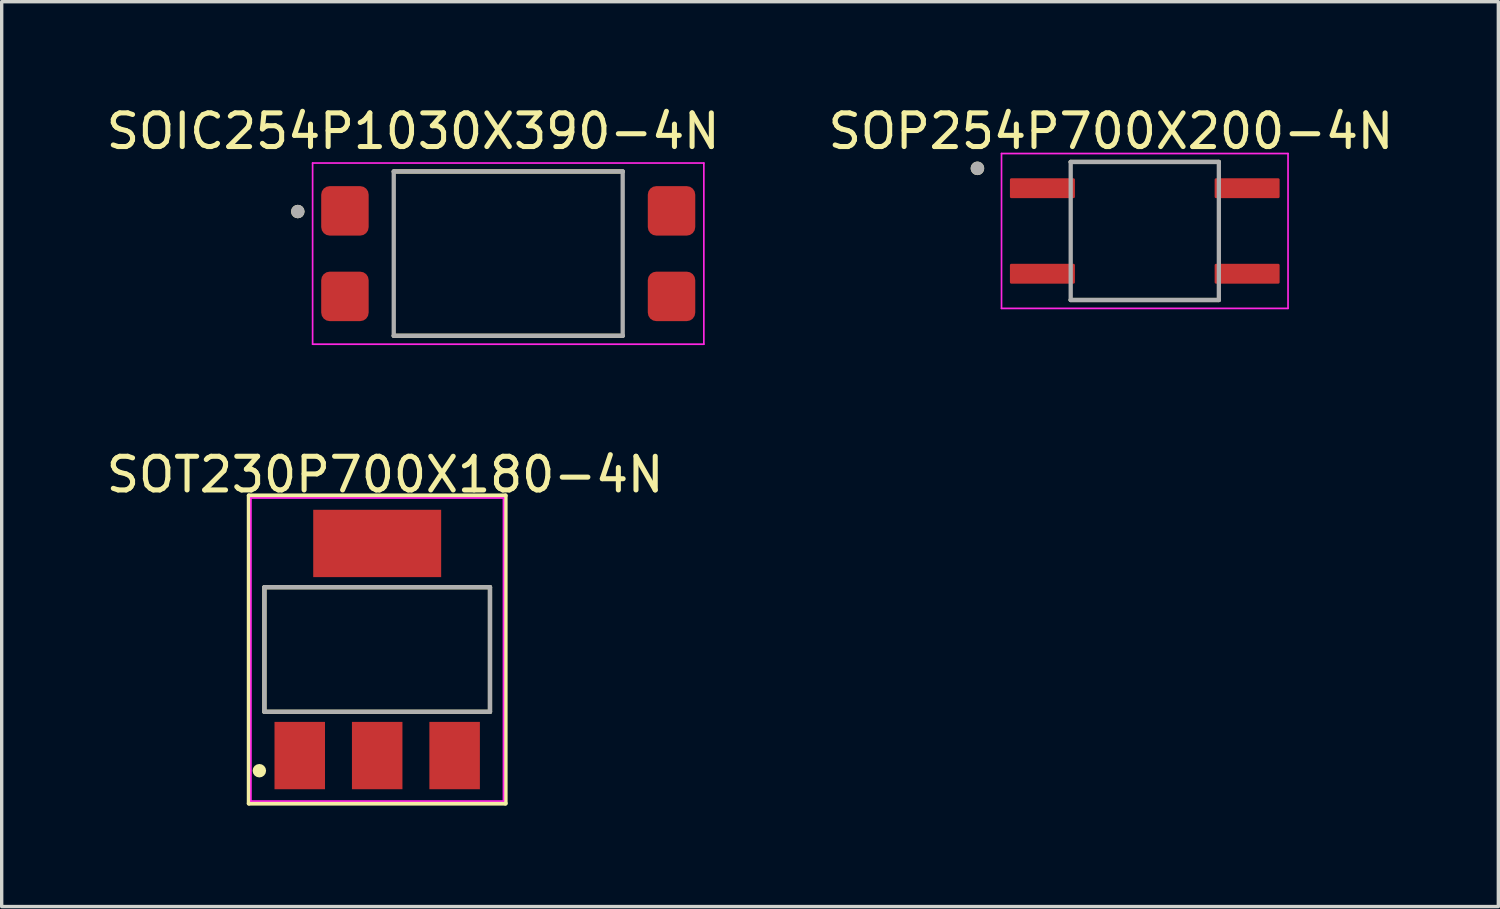
<source format=kicad_pcb>
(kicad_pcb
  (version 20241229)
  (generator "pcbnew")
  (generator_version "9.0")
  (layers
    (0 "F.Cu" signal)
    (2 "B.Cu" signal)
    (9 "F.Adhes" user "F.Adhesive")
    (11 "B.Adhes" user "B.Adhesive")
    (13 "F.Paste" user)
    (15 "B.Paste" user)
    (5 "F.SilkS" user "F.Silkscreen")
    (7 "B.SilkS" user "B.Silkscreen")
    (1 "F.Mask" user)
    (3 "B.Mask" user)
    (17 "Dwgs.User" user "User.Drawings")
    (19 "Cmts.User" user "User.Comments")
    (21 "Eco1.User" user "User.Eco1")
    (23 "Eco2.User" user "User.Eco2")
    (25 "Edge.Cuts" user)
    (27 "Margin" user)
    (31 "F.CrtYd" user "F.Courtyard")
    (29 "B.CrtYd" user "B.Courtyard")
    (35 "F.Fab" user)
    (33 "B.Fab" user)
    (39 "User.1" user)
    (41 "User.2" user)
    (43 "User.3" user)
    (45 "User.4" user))
  (footprint "SOP254P700X200-4N"
    (layer "F.Cu")
    (at 30.951 3.81)
    (property "Reference" "SOP254P700X200-4N" (at -1.005 -2.962 0) (layer "F.SilkS") (effects (font (size 1 1) (thickness 0.15))))
    (attr smd)
    (fp_line (start -2.2 -2.05) (end 2.2 -2.05) (stroke (width 0.127) (type solid)) (layer "F.SilkS"))
    (fp_line (start -2.2 2.05) (end 2.2 2.05) (stroke (width 0.127) (type solid)) (layer "F.SilkS"))
    (fp_circle (center -4.97 -1.86) (end -4.77 -1.86) (stroke (width 0) (type solid)) (fill yes) (layer "F.SilkS"))
    (fp_line (start -4.255 -2.3) (end -4.255 2.3) (stroke (width 0.05) (type solid)) (layer "F.CrtYd"))
    (fp_line (start -4.255 -2.3) (end 4.255 -2.3) (stroke (width 0.05) (type solid)) (layer "F.CrtYd"))
    (fp_line (start -4.255 2.3) (end 4.255 2.3) (stroke (width 0.05) (type solid)) (layer "F.CrtYd"))
    (fp_line (start 4.255 -2.3) (end 4.255 2.3) (stroke (width 0.05) (type solid)) (layer "F.CrtYd"))
    (fp_line (start -2.2 -2.05) (end -2.2 2.05) (stroke (width 0.127) (type solid)) (layer "F.Fab"))
    (fp_line (start -2.2 -2.05) (end 2.2 -2.05) (stroke (width 0.127) (type solid)) (layer "F.Fab"))
    (fp_line (start -2.2 2.05) (end 2.2 2.05) (stroke (width 0.127) (type solid)) (layer "F.Fab"))
    (fp_line (start 2.2 -2.05) (end 2.2 2.05) (stroke (width 0.127) (type solid)) (layer "F.Fab"))
    (fp_circle (center -4.97 -1.86) (end -4.77 -1.86) (stroke (width 0) (type solid)) (fill yes) (layer "F.Fab"))
    (pad "1" smd roundrect (at -3.04 -1.27) (size 1.93 0.59) (layers "F.Cu" "F.Mask" "F.Paste") (roundrect_rratio 0.07))
    (pad "2" smd roundrect (at -3.04 1.27) (size 1.93 0.59) (layers "F.Cu" "F.Mask" "F.Paste") (roundrect_rratio 0.07))
    (pad "3" smd roundrect (at 3.04 1.27) (size 1.93 0.59) (layers "F.Cu" "F.Mask" "F.Paste") (roundrect_rratio 0.07))
    (pad "4" smd roundrect (at 3.04 -1.27) (size 1.93 0.59) (layers "F.Cu" "F.Mask" "F.Paste") (roundrect_rratio 0.07)))
  (footprint "SOT230P700X180-4N"
    (layer "F.Cu")
    (at 8.153 16.241)
    (property "Reference" "SOT230P700X180-4N" (at 0.234 -5.194 0) (layer "F.SilkS") (effects (font (size 1 1) (thickness 0.15))))
    (attr smd)
    (fp_line (start -3.81 -4.572) (end 3.81 -4.572) (stroke (width 0.127) (type solid)) (layer "F.SilkS"))
    (fp_line (start -3.81 4.572) (end -3.81 -4.572) (stroke (width 0.127) (type solid)) (layer "F.SilkS"))
    (fp_line (start -3.35 -1.85) (end -3.35 1.85) (stroke (width 0.127) (type solid)) (layer "F.SilkS"))
    (fp_line (start -3.35 1.85) (end 3.35 1.85) (stroke (width 0.127) (type solid)) (layer "F.SilkS"))
    (fp_line (start 3.35 -1.85) (end -3.35 -1.85) (stroke (width 0.127) (type solid)) (layer "F.SilkS"))
    (fp_line (start 3.35 1.85) (end 3.35 -1.85) (stroke (width 0.127) (type solid)) (layer "F.SilkS"))
    (fp_line (start 3.81 -4.572) (end 3.81 4.572) (stroke (width 0.127) (type solid)) (layer "F.SilkS"))
    (fp_line (start 3.81 4.572) (end -3.81 4.572) (stroke (width 0.127) (type solid)) (layer "F.SilkS"))
    (fp_circle (center -3.5 3.6) (end -3.4 3.6) (stroke (width 0.2) (type solid)) (fill no) (layer "F.SilkS"))
    (fp_line (start -3.75 -4.5) (end 3.75 -4.5) (stroke (width 0.05) (type solid)) (layer "F.CrtYd"))
    (fp_line (start -3.75 4.5) (end -3.75 -4.5) (stroke (width 0.05) (type solid)) (layer "F.CrtYd"))
    (fp_line (start 3.75 -4.5) (end 3.75 4.5) (stroke (width 0.05) (type solid)) (layer "F.CrtYd"))
    (fp_line (start 3.75 4.5) (end -3.75 4.5) (stroke (width 0.05) (type solid)) (layer "F.CrtYd"))
    (fp_line (start -3.35 -1.85) (end -3.35 1.85) (stroke (width 0.127) (type solid)) (layer "F.Fab"))
    (fp_line (start -3.35 1.85) (end 3.35 1.85) (stroke (width 0.127) (type solid)) (layer "F.Fab"))
    (fp_line (start 3.35 -1.85) (end -3.35 -1.85) (stroke (width 0.127) (type solid)) (layer "F.Fab"))
    (fp_line (start 3.35 1.85) (end 3.35 -1.85) (stroke (width 0.127) (type solid)) (layer "F.Fab"))
    (pad "1" smd rect (at -2.3 3.15 180) (size 1.5 2) (layers "F.Cu" "F.Mask" "F.Paste"))
    (pad "2" smd rect (at 0 3.15 180) (size 1.5 2) (layers "F.Cu" "F.Mask" "F.Paste"))
    (pad "3" smd rect (at 2.3 3.15 180) (size 1.5 2) (layers "F.Cu" "F.Mask" "F.Paste"))
    (pad "4" smd rect (at 0 -3.15 180) (size 3.8 2) (layers "F.Cu" "F.Mask" "F.Paste")))
  (footprint "SOIC254P1030X390-4N"
    (layer "F.Cu")
    (at 12.045 4.483)
    (property "Reference" "SOIC254P1030X390-4N" (at -2.825 -3.635 0) (layer "F.SilkS") (effects (font (size 1 1) (thickness 0.15))))
    (attr smd)
    (fp_line (start -3.4 -2.44) (end 3.4 -2.44) (stroke (width 0.127) (type solid)) (layer "F.SilkS"))
    (fp_line (start 3.4 2.44) (end -3.4 2.44) (stroke (width 0.127) (type solid)) (layer "F.SilkS"))
    (fp_circle (center -6.25 -1.25) (end -6.15 -1.25) (stroke (width 0.2) (type solid)) (fill no) (layer "F.SilkS"))
    (fp_line (start -5.81 -2.69) (end 5.81 -2.69) (stroke (width 0.05) (type solid)) (layer "F.CrtYd"))
    (fp_line (start -5.81 2.69) (end -5.81 -2.69) (stroke (width 0.05) (type solid)) (layer "F.CrtYd"))
    (fp_line (start 5.81 -2.69) (end 5.81 2.69) (stroke (width 0.05) (type solid)) (layer "F.CrtYd"))
    (fp_line (start 5.81 2.69) (end -5.81 2.69) (stroke (width 0.05) (type solid)) (layer "F.CrtYd"))
    (fp_line (start -3.4 -2.44) (end -3.4 2.44) (stroke (width 0.127) (type solid)) (layer "F.Fab"))
    (fp_line (start -3.4 2.44) (end 3.4 2.44) (stroke (width 0.127) (type solid)) (layer "F.Fab"))
    (fp_line (start 3.4 -2.44) (end -3.4 -2.44) (stroke (width 0.127) (type solid)) (layer "F.Fab"))
    (fp_line (start 3.4 2.44) (end 3.4 -2.44) (stroke (width 0.127) (type solid)) (layer "F.Fab"))
    (fp_circle (center -6.25 -1.25) (end -6.15 -1.25) (stroke (width 0.2) (type solid)) (fill no) (layer "F.Fab"))
    (pad "1" smd roundrect (at -4.85 -1.27) (size 1.41 1.47) (layers "F.Cu" "F.Mask" "F.Paste") (roundrect_rratio 0.18))
    (pad "2" smd roundrect (at -4.85 1.27) (size 1.41 1.47) (layers "F.Cu" "F.Mask" "F.Paste") (roundrect_rratio 0.18))
    (pad "3" smd roundrect (at 4.85 1.27 180) (size 1.41 1.47) (layers "F.Cu" "F.Mask" "F.Paste") (roundrect_rratio 0.18))
    (pad "4" smd roundrect (at 4.85 -1.27 180) (size 1.41 1.47) (layers "F.Cu" "F.Mask" "F.Paste") (roundrect_rratio 0.18)))
  (gr_rect
    (start -3 -3)
    (end 41.452 23.876)
    (stroke (width 0.1) (type default))
    (fill no)
    (layer "Edge.Cuts")))
</source>
